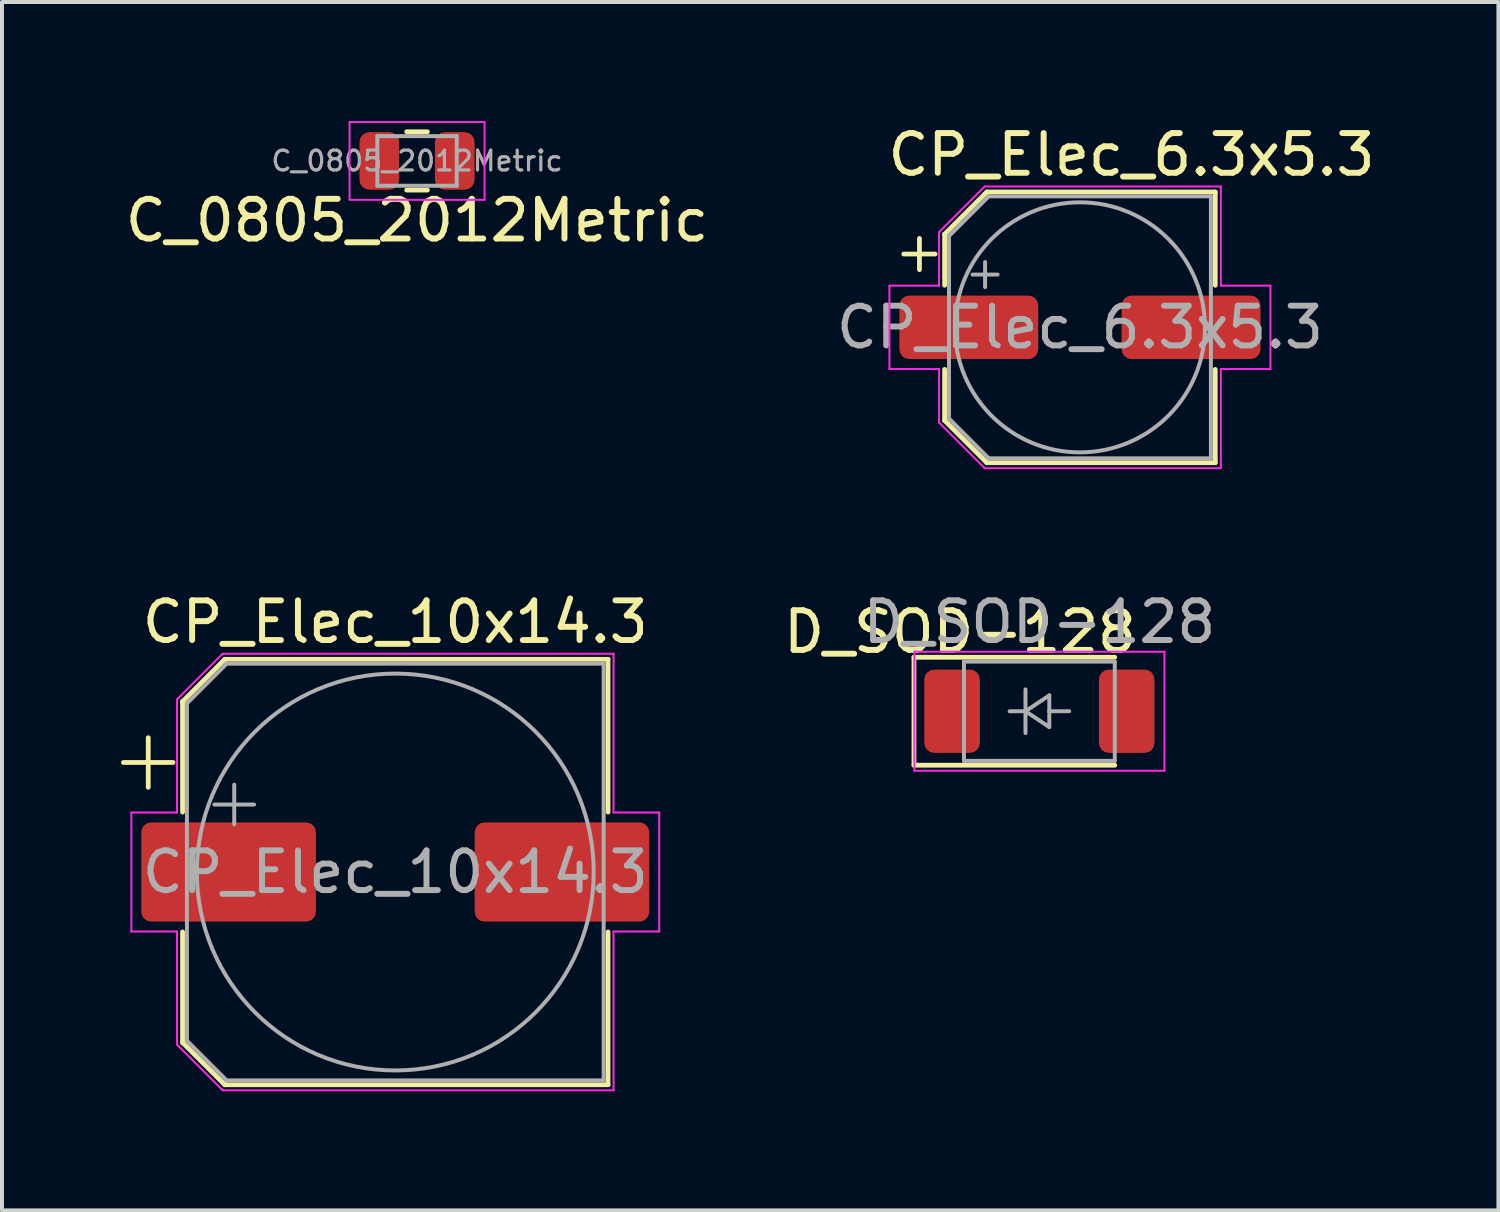
<source format=kicad_pcb>
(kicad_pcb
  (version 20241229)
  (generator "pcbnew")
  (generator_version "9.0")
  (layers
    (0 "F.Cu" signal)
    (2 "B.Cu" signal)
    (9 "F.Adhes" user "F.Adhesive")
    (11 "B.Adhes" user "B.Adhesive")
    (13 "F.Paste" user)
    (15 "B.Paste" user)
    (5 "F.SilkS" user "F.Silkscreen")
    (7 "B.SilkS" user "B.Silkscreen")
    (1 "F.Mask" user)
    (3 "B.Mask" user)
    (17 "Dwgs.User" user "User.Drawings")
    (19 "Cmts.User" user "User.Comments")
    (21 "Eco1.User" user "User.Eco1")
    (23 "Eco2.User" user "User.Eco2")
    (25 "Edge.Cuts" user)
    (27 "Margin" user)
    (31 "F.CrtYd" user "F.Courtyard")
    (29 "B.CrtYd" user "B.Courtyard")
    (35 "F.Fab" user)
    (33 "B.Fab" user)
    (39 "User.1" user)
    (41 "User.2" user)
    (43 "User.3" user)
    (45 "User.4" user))
  (footprint "CP_Elec_6.3x5.3"
    (layer "F.Cu")
    (at 24.161 5.198)
    (property "Reference" "CP_Elec_6.3x5.3" (at 1.3 -4.35 0) (layer "F.SilkS") (effects (font (size 1 1) (thickness 0.15))))
    (attr smd)
    (fp_line (start -4.438 -1.847) (end -3.65 -1.847) (stroke (width 0.12) (type solid)) (layer "F.SilkS"))
    (fp_line (start -4.044 -2.241) (end -4.044 -1.454) (stroke (width 0.12) (type solid)) (layer "F.SilkS"))
    (fp_line (start -3.41 -2.346) (end -3.41 -1.06) (stroke (width 0.12) (type solid)) (layer "F.SilkS"))
    (fp_line (start -3.41 -2.346) (end -2.346 -3.41) (stroke (width 0.12) (type solid)) (layer "F.SilkS"))
    (fp_line (start -3.41 2.346) (end -3.41 1.06) (stroke (width 0.12) (type solid)) (layer "F.SilkS"))
    (fp_line (start -3.41 2.346) (end -2.346 3.41) (stroke (width 0.12) (type solid)) (layer "F.SilkS"))
    (fp_line (start -2.346 -3.41) (end 3.41 -3.41) (stroke (width 0.12) (type solid)) (layer "F.SilkS"))
    (fp_line (start -2.346 3.41) (end 3.41 3.41) (stroke (width 0.12) (type solid)) (layer "F.SilkS"))
    (fp_line (start 3.41 -3.41) (end 3.41 -1.06) (stroke (width 0.12) (type solid)) (layer "F.SilkS"))
    (fp_line (start 3.41 3.41) (end 3.41 1.06) (stroke (width 0.12) (type solid)) (layer "F.SilkS"))
    (fp_line (start -4.8 -1.05) (end -4.8 1.05) (stroke (width 0.05) (type solid)) (layer "F.CrtYd"))
    (fp_line (start -4.8 1.05) (end -3.55 1.05) (stroke (width 0.05) (type solid)) (layer "F.CrtYd"))
    (fp_line (start -3.55 -2.4) (end -3.55 -1.05) (stroke (width 0.05) (type solid)) (layer "F.CrtYd"))
    (fp_line (start -3.55 -2.4) (end -2.4 -3.55) (stroke (width 0.05) (type solid)) (layer "F.CrtYd"))
    (fp_line (start -3.55 -1.05) (end -4.8 -1.05) (stroke (width 0.05) (type solid)) (layer "F.CrtYd"))
    (fp_line (start -3.55 1.05) (end -3.55 2.4) (stroke (width 0.05) (type solid)) (layer "F.CrtYd"))
    (fp_line (start -3.55 2.4) (end -2.4 3.55) (stroke (width 0.05) (type solid)) (layer "F.CrtYd"))
    (fp_line (start -2.4 -3.55) (end 3.55 -3.55) (stroke (width 0.05) (type solid)) (layer "F.CrtYd"))
    (fp_line (start -2.4 3.55) (end 3.55 3.55) (stroke (width 0.05) (type solid)) (layer "F.CrtYd"))
    (fp_line (start 3.55 -3.55) (end 3.55 -1.05) (stroke (width 0.05) (type solid)) (layer "F.CrtYd"))
    (fp_line (start 3.55 -1.05) (end 4.8 -1.05) (stroke (width 0.05) (type solid)) (layer "F.CrtYd"))
    (fp_line (start 3.55 1.05) (end 3.55 3.55) (stroke (width 0.05) (type solid)) (layer "F.CrtYd"))
    (fp_line (start 4.8 -1.05) (end 4.8 1.05) (stroke (width 0.05) (type solid)) (layer "F.CrtYd"))
    (fp_line (start 4.8 1.05) (end 3.55 1.05) (stroke (width 0.05) (type solid)) (layer "F.CrtYd"))
    (fp_line (start -3.3 -2.3) (end -3.3 2.3) (stroke (width 0.1) (type solid)) (layer "F.Fab"))
    (fp_line (start -3.3 -2.3) (end -2.3 -3.3) (stroke (width 0.1) (type solid)) (layer "F.Fab"))
    (fp_line (start -3.3 2.3) (end -2.3 3.3) (stroke (width 0.1) (type solid)) (layer "F.Fab"))
    (fp_line (start -2.705 -1.33) (end -2.075 -1.33) (stroke (width 0.1) (type solid)) (layer "F.Fab"))
    (fp_line (start -2.39 -1.645) (end -2.39 -1.015) (stroke (width 0.1) (type solid)) (layer "F.Fab"))
    (fp_line (start -2.3 -3.3) (end 3.3 -3.3) (stroke (width 0.1) (type solid)) (layer "F.Fab"))
    (fp_line (start -2.3 3.3) (end 3.3 3.3) (stroke (width 0.1) (type solid)) (layer "F.Fab"))
    (fp_line (start 3.3 -3.3) (end 3.3 3.3) (stroke (width 0.1) (type solid)) (layer "F.Fab"))
    (fp_circle (center 0 0) (end 3.15 0) (stroke (width 0.1) (type solid)) (fill no) (layer "F.Fab"))
    (fp_text user "${REFERENCE}" (at 0 0 0) (layer "F.Fab") (effects (font (size 1 1) (thickness 0.15))))
    (pad "1" smd roundrect (at -2.8 0) (size 3.5 1.6) (layers "F.Cu" "F.Mask" "F.Paste") (roundrect_rratio 0.156))
    (pad "2" smd roundrect (at 2.8 0) (size 3.5 1.6) (layers "F.Cu" "F.Mask" "F.Paste") (roundrect_rratio 0.156)))
  (footprint "CP_Elec_10x14.3"
    (layer "F.Cu")
    (at 6.91 18.922)
    (property "Reference" "CP_Elec_10x14.3" (at 0 -6.3 0) (layer "F.SilkS") (effects (font (size 1 1) (thickness 0.15))))
    (attr smd)
    (fp_line (start -6.85 -2.76) (end -5.6 -2.76) (stroke (width 0.12) (type solid)) (layer "F.SilkS"))
    (fp_line (start -6.225 -3.385) (end -6.225 -2.135) (stroke (width 0.12) (type solid)) (layer "F.SilkS"))
    (fp_line (start -5.36 -4.296) (end -5.36 -1.51) (stroke (width 0.12) (type solid)) (layer "F.SilkS"))
    (fp_line (start -5.36 -4.296) (end -4.296 -5.36) (stroke (width 0.12) (type solid)) (layer "F.SilkS"))
    (fp_line (start -5.36 4.296) (end -5.36 1.51) (stroke (width 0.12) (type solid)) (layer "F.SilkS"))
    (fp_line (start -5.36 4.296) (end -4.296 5.36) (stroke (width 0.12) (type solid)) (layer "F.SilkS"))
    (fp_line (start -4.296 -5.36) (end 5.36 -5.36) (stroke (width 0.12) (type solid)) (layer "F.SilkS"))
    (fp_line (start -4.296 5.36) (end 5.36 5.36) (stroke (width 0.12) (type solid)) (layer "F.SilkS"))
    (fp_line (start 5.36 -5.36) (end 5.36 -1.51) (stroke (width 0.12) (type solid)) (layer "F.SilkS"))
    (fp_line (start 5.36 5.36) (end 5.36 1.51) (stroke (width 0.12) (type solid)) (layer "F.SilkS"))
    (fp_line (start -6.65 -1.5) (end -6.65 1.5) (stroke (width 0.05) (type solid)) (layer "F.CrtYd"))
    (fp_line (start -6.65 1.5) (end -5.5 1.5) (stroke (width 0.05) (type solid)) (layer "F.CrtYd"))
    (fp_line (start -5.5 -4.35) (end -5.5 -1.5) (stroke (width 0.05) (type solid)) (layer "F.CrtYd"))
    (fp_line (start -5.5 -4.35) (end -4.35 -5.5) (stroke (width 0.05) (type solid)) (layer "F.CrtYd"))
    (fp_line (start -5.5 -1.5) (end -6.65 -1.5) (stroke (width 0.05) (type solid)) (layer "F.CrtYd"))
    (fp_line (start -5.5 1.5) (end -5.5 4.35) (stroke (width 0.05) (type solid)) (layer "F.CrtYd"))
    (fp_line (start -5.5 4.35) (end -4.35 5.5) (stroke (width 0.05) (type solid)) (layer "F.CrtYd"))
    (fp_line (start -4.35 -5.5) (end 5.5 -5.5) (stroke (width 0.05) (type solid)) (layer "F.CrtYd"))
    (fp_line (start -4.35 5.5) (end 5.5 5.5) (stroke (width 0.05) (type solid)) (layer "F.CrtYd"))
    (fp_line (start 5.5 -5.5) (end 5.5 -1.5) (stroke (width 0.05) (type solid)) (layer "F.CrtYd"))
    (fp_line (start 5.5 -1.5) (end 6.65 -1.5) (stroke (width 0.05) (type solid)) (layer "F.CrtYd"))
    (fp_line (start 5.5 1.5) (end 5.5 5.5) (stroke (width 0.05) (type solid)) (layer "F.CrtYd"))
    (fp_line (start 6.65 -1.5) (end 6.65 1.5) (stroke (width 0.05) (type solid)) (layer "F.CrtYd"))
    (fp_line (start 6.65 1.5) (end 5.5 1.5) (stroke (width 0.05) (type solid)) (layer "F.CrtYd"))
    (fp_line (start -5.25 -4.25) (end -5.25 4.25) (stroke (width 0.1) (type solid)) (layer "F.Fab"))
    (fp_line (start -5.25 -4.25) (end -4.25 -5.25) (stroke (width 0.1) (type solid)) (layer "F.Fab"))
    (fp_line (start -5.25 4.25) (end -4.25 5.25) (stroke (width 0.1) (type solid)) (layer "F.Fab"))
    (fp_line (start -4.558 -1.7) (end -3.558 -1.7) (stroke (width 0.1) (type solid)) (layer "F.Fab"))
    (fp_line (start -4.25 -5.25) (end 5.25 -5.25) (stroke (width 0.1) (type solid)) (layer "F.Fab"))
    (fp_line (start -4.25 5.25) (end 5.25 5.25) (stroke (width 0.1) (type solid)) (layer "F.Fab"))
    (fp_line (start -4.058 -2.2) (end -4.058 -1.2) (stroke (width 0.1) (type solid)) (layer "F.Fab"))
    (fp_line (start 5.25 -5.25) (end 5.25 5.25) (stroke (width 0.1) (type solid)) (layer "F.Fab"))
    (fp_circle (center 0 0) (end 5 0) (stroke (width 0.1) (type solid)) (fill no) (layer "F.Fab"))
    (fp_text user "${REFERENCE}" (at 0 0 0) (layer "F.Fab") (effects (font (size 1 1) (thickness 0.15))))
    (pad "1" smd roundrect (at -4.2 0) (size 4.4 2.5) (layers "F.Cu" "F.Mask" "F.Paste") (roundrect_rratio 0.1))
    (pad "2" smd roundrect (at 4.2 0) (size 4.4 2.5) (layers "F.Cu" "F.Mask" "F.Paste") (roundrect_rratio 0.1)))
  (footprint "D_SOD-128"
    (layer "F.Cu")
    (at 23.139 14.871)
    (property "Reference" "D_SOD-128" (at -2 -2 0) (layer "F.SilkS") (effects (font (size 1 1) (thickness 0.15))))
    (attr smd)
    (fp_line (start -3.16 -1.36) (end -3.16 1.36) (stroke (width 0.12) (type solid)) (layer "F.SilkS"))
    (fp_line (start -3.16 -1.36) (end 1.9 -1.36) (stroke (width 0.12) (type solid)) (layer "F.SilkS"))
    (fp_line (start -3.16 1.36) (end 1.9 1.36) (stroke (width 0.12) (type solid)) (layer "F.SilkS"))
    (fp_line (start -3.15 -1.5) (end -3.15 1.5) (stroke (width 0.05) (type solid)) (layer "F.CrtYd"))
    (fp_line (start -3.15 -1.5) (end 3.15 -1.5) (stroke (width 0.05) (type solid)) (layer "F.CrtYd"))
    (fp_line (start 3.15 -1.5) (end 3.15 1.5) (stroke (width 0.05) (type solid)) (layer "F.CrtYd"))
    (fp_line (start 3.15 1.5) (end -3.15 1.5) (stroke (width 0.05) (type solid)) (layer "F.CrtYd"))
    (fp_line (start -1.9 -1.25) (end 1.9 -1.25) (stroke (width 0.1) (type solid)) (layer "F.Fab"))
    (fp_line (start -1.9 1.25) (end -1.9 -1.25) (stroke (width 0.1) (type solid)) (layer "F.Fab"))
    (fp_line (start -0.75 0) (end -0.35 0) (stroke (width 0.1) (type solid)) (layer "F.Fab"))
    (fp_line (start -0.35 0) (end -0.35 -0.55) (stroke (width 0.1) (type solid)) (layer "F.Fab"))
    (fp_line (start -0.35 0) (end -0.35 0.55) (stroke (width 0.1) (type solid)) (layer "F.Fab"))
    (fp_line (start -0.35 0) (end 0.25 -0.4) (stroke (width 0.1) (type solid)) (layer "F.Fab"))
    (fp_line (start 0.25 -0.4) (end 0.25 0.4) (stroke (width 0.1) (type solid)) (layer "F.Fab"))
    (fp_line (start 0.25 0) (end 0.75 0) (stroke (width 0.1) (type solid)) (layer "F.Fab"))
    (fp_line (start 0.25 0.4) (end -0.35 0) (stroke (width 0.1) (type solid)) (layer "F.Fab"))
    (fp_line (start 1.9 -1.25) (end 1.9 1.25) (stroke (width 0.1) (type solid)) (layer "F.Fab"))
    (fp_line (start 1.9 1.25) (end -1.9 1.25) (stroke (width 0.1) (type solid)) (layer "F.Fab"))
    (fp_text user "${REFERENCE}" (at 0 -2.25 0) (layer "F.Fab") (effects (font (size 1 1) (thickness 0.15))))
    (pad "1" smd roundrect (at -2.2 0) (size 1.4 2.1) (layers "F.Cu" "F.Mask" "F.Paste") (roundrect_rratio 0.179))
    (pad "2" smd roundrect (at 2.2 0) (size 1.4 2.1) (layers "F.Cu" "F.Mask" "F.Paste") (roundrect_rratio 0.179)))
  (footprint "C_0805_2012Metric"
    (layer "F.Cu")
    (at 7.458 1.005)
    (property "Reference" "C_0805_2012Metric" (at 0 1.5 0) (layer "F.SilkS") (effects (font (size 1 1) (thickness 0.15))))
    (attr smd)
    (fp_line (start -0.261 -0.735) (end 0.261 -0.735) (stroke (width 0.12) (type solid)) (layer "F.SilkS"))
    (fp_line (start -0.261 0.735) (end 0.261 0.735) (stroke (width 0.12) (type solid)) (layer "F.SilkS"))
    (fp_line (start -1.7 -0.98) (end 1.7 -0.98) (stroke (width 0.05) (type solid)) (layer "F.CrtYd"))
    (fp_line (start -1.7 0.98) (end -1.7 -0.98) (stroke (width 0.05) (type solid)) (layer "F.CrtYd"))
    (fp_line (start 1.7 -0.98) (end 1.7 0.98) (stroke (width 0.05) (type solid)) (layer "F.CrtYd"))
    (fp_line (start 1.7 0.98) (end -1.7 0.98) (stroke (width 0.05) (type solid)) (layer "F.CrtYd"))
    (fp_line (start -1 -0.625) (end 1 -0.625) (stroke (width 0.1) (type solid)) (layer "F.Fab"))
    (fp_line (start -1 0.625) (end -1 -0.625) (stroke (width 0.1) (type solid)) (layer "F.Fab"))
    (fp_line (start 1 -0.625) (end 1 0.625) (stroke (width 0.1) (type solid)) (layer "F.Fab"))
    (fp_line (start 1 0.625) (end -1 0.625) (stroke (width 0.1) (type solid)) (layer "F.Fab"))
    (fp_text user "${REFERENCE}" (at 0 0 0) (layer "F.Fab") (effects (font (size 0.5 0.5) (thickness 0.08))))
    (pad "1" smd roundrect (at -0.95 0) (size 1 1.45) (layers "F.Cu" "F.Mask" "F.Paste") (roundrect_rratio 0.25))
    (pad "2" smd roundrect (at 0.95 0) (size 1 1.45) (layers "F.Cu" "F.Mask" "F.Paste") (roundrect_rratio 0.25)))
  (gr_rect
    (start -3 -3)
    (end 34.705 27.447)
    (stroke (width 0.1) (type default))
    (fill no)
    (layer "Edge.Cuts")))
</source>
